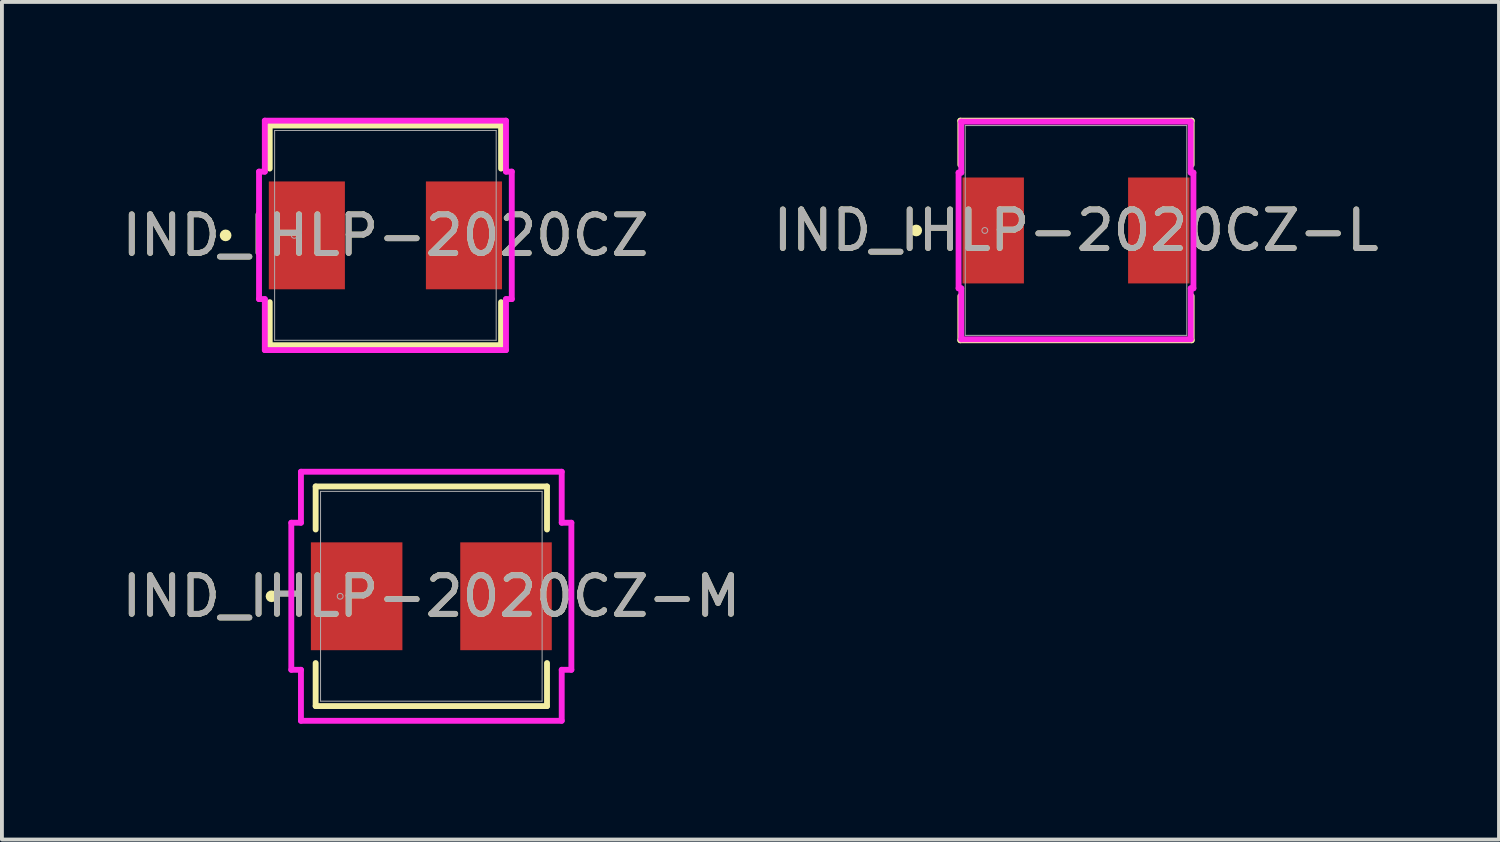
<source format=kicad_pcb>
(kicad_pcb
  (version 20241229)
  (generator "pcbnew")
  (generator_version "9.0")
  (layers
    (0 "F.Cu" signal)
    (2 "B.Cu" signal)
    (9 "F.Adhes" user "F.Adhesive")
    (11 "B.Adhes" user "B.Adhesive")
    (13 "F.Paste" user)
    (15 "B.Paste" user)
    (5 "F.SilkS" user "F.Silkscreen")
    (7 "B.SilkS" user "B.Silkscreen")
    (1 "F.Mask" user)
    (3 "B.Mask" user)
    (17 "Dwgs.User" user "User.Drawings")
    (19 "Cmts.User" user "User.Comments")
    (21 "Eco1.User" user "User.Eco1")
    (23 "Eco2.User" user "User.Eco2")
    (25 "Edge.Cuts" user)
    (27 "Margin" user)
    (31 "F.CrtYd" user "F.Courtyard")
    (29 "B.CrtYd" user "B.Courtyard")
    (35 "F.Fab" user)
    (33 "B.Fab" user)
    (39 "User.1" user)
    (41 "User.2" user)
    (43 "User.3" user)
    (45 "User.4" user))
  (footprint "IND_IHLP-2020CZ-L"
    (layer "F.Cu")
    (at 24.827 2.921)
    (property "Reference" "IND_IHLP-2020CZ-L" (at 0 0 0) (unlocked yes) (layer "F.SilkS") (effects (font (size 1 1) (thickness 0.15))))
    (attr smd)
    (fp_line (start -2.997 -2.845) (end -2.997 -1.7) (stroke (width 0.152) (type solid)) (layer "F.SilkS"))
    (fp_line (start -2.997 1.7) (end -2.997 2.845) (stroke (width 0.152) (type solid)) (layer "F.SilkS"))
    (fp_line (start -2.997 2.845) (end 2.997 2.845) (stroke (width 0.152) (type solid)) (layer "F.SilkS"))
    (fp_line (start 2.997 -2.845) (end -2.997 -2.845) (stroke (width 0.152) (type solid)) (layer "F.SilkS"))
    (fp_line (start 2.997 -1.7) (end 2.997 -2.845) (stroke (width 0.152) (type solid)) (layer "F.SilkS"))
    (fp_line (start 2.997 2.845) (end 2.997 1.7) (stroke (width 0.152) (type solid)) (layer "F.SilkS"))
    (fp_circle (center -4.14 0) (end -4.064 0) (stroke (width 0.152) (type solid)) (fill no) (layer "F.SilkS"))
    (fp_line (start -3.042 -1.499) (end -2.972 -1.499) (stroke (width 0.152) (type solid)) (layer "F.CrtYd"))
    (fp_line (start -3.042 1.499) (end -3.042 -1.499) (stroke (width 0.152) (type solid)) (layer "F.CrtYd"))
    (fp_line (start -2.972 -2.819) (end 2.972 -2.819) (stroke (width 0.152) (type solid)) (layer "F.CrtYd"))
    (fp_line (start -2.972 -1.499) (end -2.972 -2.819) (stroke (width 0.152) (type solid)) (layer "F.CrtYd"))
    (fp_line (start -2.972 1.499) (end -3.042 1.499) (stroke (width 0.152) (type solid)) (layer "F.CrtYd"))
    (fp_line (start -2.972 2.819) (end -2.972 1.499) (stroke (width 0.152) (type solid)) (layer "F.CrtYd"))
    (fp_line (start 2.972 -2.819) (end 2.972 -1.499) (stroke (width 0.152) (type solid)) (layer "F.CrtYd"))
    (fp_line (start 2.972 -1.499) (end 3.042 -1.499) (stroke (width 0.152) (type solid)) (layer "F.CrtYd"))
    (fp_line (start 2.972 1.499) (end 2.972 2.819) (stroke (width 0.152) (type solid)) (layer "F.CrtYd"))
    (fp_line (start 2.972 2.819) (end -2.972 2.819) (stroke (width 0.152) (type solid)) (layer "F.CrtYd"))
    (fp_line (start 3.042 -1.499) (end 3.042 1.499) (stroke (width 0.152) (type solid)) (layer "F.CrtYd"))
    (fp_line (start 3.042 1.499) (end 2.972 1.499) (stroke (width 0.152) (type solid)) (layer "F.CrtYd"))
    (fp_line (start -2.87 -2.718) (end -2.87 2.718) (stroke (width 0.025) (type solid)) (layer "F.Fab"))
    (fp_line (start -2.87 2.718) (end 2.87 2.718) (stroke (width 0.025) (type solid)) (layer "F.Fab"))
    (fp_line (start 2.87 -2.718) (end -2.87 -2.718) (stroke (width 0.025) (type solid)) (layer "F.Fab"))
    (fp_line (start 2.87 2.718) (end 2.87 -2.718) (stroke (width 0.025) (type solid)) (layer "F.Fab"))
    (fp_circle (center -2.362 0) (end -2.286 0) (stroke (width 0.025) (type solid)) (fill no) (layer "F.Fab"))
    (fp_text user "${REFERENCE}" (at 0 0 0) (unlocked yes) (layer "F.Fab") (effects (font (size 1 1) (thickness 0.15))))
    (pad "1" smd rect (at -2.145 0 90) (size 2.744 1.591) (layers "F.Cu" "F.Mask" "F.Paste"))
    (pad "2" smd rect (at 2.145 0 90) (size 2.744 1.591) (layers "F.Cu" "F.Mask" "F.Paste"))
    (zone (net_name "") (layer "F.Cu") (hatch full 0.508) (connect_pads) (min_thickness 0.254) (filled_areas_thickness no) (keepout (tracks not_allowed) (vias not_allowed) (pads allowed) (copperpour not_allowed) (footprints allowed)) (placement (enabled no)) (fill) (polygon (pts (xy 22.008 0.254) (xy 27.647 0.254) (xy 27.647 1.473) (xy 22.008 1.473))))
    (zone (net_name "") (layer "F.Cu") (hatch full 0.508) (connect_pads) (min_thickness 0.254) (filled_areas_thickness no) (keepout (tracks not_allowed) (vias not_allowed) (pads allowed) (copperpour not_allowed) (footprints allowed)) (placement (enabled no)) (fill) (polygon (pts (xy 22.008 4.369) (xy 27.647 4.369) (xy 27.647 5.588) (xy 22.008 5.588))))
    (zone (net_name "") (layer "F.Cu") (hatch full 0.508) (connect_pads) (min_thickness 0.254) (filled_areas_thickness no) (keepout (tracks not_allowed) (vias not_allowed) (pads allowed) (copperpour not_allowed) (footprints allowed)) (placement (enabled no)) (fill) (polygon (pts (xy 23.529 1.473) (xy 26.126 1.473) (xy 26.126 4.369) (xy 23.529 4.369)))))
  (footprint "IND_IHLP-2020CZ-M"
    (layer "F.Cu")
    (at 8.125 12.398)
    (property "Reference" "IND_IHLP-2020CZ-M" (at 0 0 0) (unlocked yes) (layer "F.SilkS") (effects (font (size 1 1) (thickness 0.15))))
    (attr smd)
    (fp_line (start -2.997 -2.845) (end -2.997 -1.73) (stroke (width 0.152) (type solid)) (layer "F.SilkS"))
    (fp_line (start -2.997 1.73) (end -2.997 2.845) (stroke (width 0.152) (type solid)) (layer "F.SilkS"))
    (fp_line (start -2.997 2.845) (end 2.997 2.845) (stroke (width 0.152) (type solid)) (layer "F.SilkS"))
    (fp_line (start 2.997 -2.845) (end -2.997 -2.845) (stroke (width 0.152) (type solid)) (layer "F.SilkS"))
    (fp_line (start 2.997 -1.73) (end 2.997 -2.845) (stroke (width 0.152) (type solid)) (layer "F.SilkS"))
    (fp_line (start 2.997 2.845) (end 2.997 1.73) (stroke (width 0.152) (type solid)) (layer "F.SilkS"))
    (fp_circle (center -4.14 0) (end -4.064 0) (stroke (width 0.152) (type solid)) (fill no) (layer "F.SilkS"))
    (fp_line (start -3.628 -1.905) (end -3.378 -1.905) (stroke (width 0.152) (type solid)) (layer "F.CrtYd"))
    (fp_line (start -3.628 1.905) (end -3.628 -1.905) (stroke (width 0.152) (type solid)) (layer "F.CrtYd"))
    (fp_line (start -3.378 -3.226) (end 3.378 -3.226) (stroke (width 0.152) (type solid)) (layer "F.CrtYd"))
    (fp_line (start -3.378 -1.905) (end -3.378 -3.226) (stroke (width 0.152) (type solid)) (layer "F.CrtYd"))
    (fp_line (start -3.378 1.905) (end -3.628 1.905) (stroke (width 0.152) (type solid)) (layer "F.CrtYd"))
    (fp_line (start -3.378 3.226) (end -3.378 1.905) (stroke (width 0.152) (type solid)) (layer "F.CrtYd"))
    (fp_line (start 3.378 -3.226) (end 3.378 -1.905) (stroke (width 0.152) (type solid)) (layer "F.CrtYd"))
    (fp_line (start 3.378 -1.905) (end 3.628 -1.905) (stroke (width 0.152) (type solid)) (layer "F.CrtYd"))
    (fp_line (start 3.378 1.905) (end 3.378 3.226) (stroke (width 0.152) (type solid)) (layer "F.CrtYd"))
    (fp_line (start 3.378 3.226) (end -3.378 3.226) (stroke (width 0.152) (type solid)) (layer "F.CrtYd"))
    (fp_line (start 3.628 -1.905) (end 3.628 1.905) (stroke (width 0.152) (type solid)) (layer "F.CrtYd"))
    (fp_line (start 3.628 1.905) (end 3.378 1.905) (stroke (width 0.152) (type solid)) (layer "F.CrtYd"))
    (fp_line (start -2.87 -2.718) (end -2.87 2.718) (stroke (width 0.025) (type solid)) (layer "F.Fab"))
    (fp_line (start -2.87 2.718) (end 2.87 2.718) (stroke (width 0.025) (type solid)) (layer "F.Fab"))
    (fp_line (start 2.87 -2.718) (end -2.87 -2.718) (stroke (width 0.025) (type solid)) (layer "F.Fab"))
    (fp_line (start 2.87 2.718) (end 2.87 -2.718) (stroke (width 0.025) (type solid)) (layer "F.Fab"))
    (fp_circle (center -2.362 0) (end -2.286 0) (stroke (width 0.025) (type solid)) (fill no) (layer "F.Fab"))
    (fp_text user "${REFERENCE}" (at 0 0 0) (unlocked yes) (layer "F.Fab") (effects (font (size 1 1) (thickness 0.15))))
    (pad "1" smd rect (at -1.935 0 90) (size 2.794 2.371) (layers "F.Cu" "F.Mask" "F.Paste"))
    (pad "2" smd rect (at 1.935 0 90) (size 2.794 2.371) (layers "F.Cu" "F.Mask" "F.Paste"))
    (zone (net_name "") (layer "F.Cu") (hatch full 0.508) (connect_pads) (min_thickness 0.254) (filled_areas_thickness no) (keepout (tracks not_allowed) (vias not_allowed) (pads allowed) (copperpour not_allowed) (footprints allowed)) (placement (enabled no)) (fill) (polygon (pts (xy 5.306 9.731) (xy 10.944 9.731) (xy 10.944 10.95) (xy 5.306 10.95))))
    (zone (net_name "") (layer "F.Cu") (hatch full 0.508) (connect_pads) (min_thickness 0.254) (filled_areas_thickness no) (keepout (tracks not_allowed) (vias not_allowed) (pads allowed) (copperpour not_allowed) (footprints allowed)) (placement (enabled no)) (fill) (polygon (pts (xy 5.306 13.846) (xy 10.944 13.846) (xy 10.944 15.065) (xy 5.306 15.065))))
    (zone (net_name "") (layer "F.Cu") (hatch full 0.508) (connect_pads) (min_thickness 0.254) (filled_areas_thickness no) (keepout (tracks not_allowed) (vias not_allowed) (pads allowed) (copperpour not_allowed) (footprints allowed)) (placement (enabled no)) (fill) (polygon (pts (xy 7.426 10.95) (xy 8.824 10.95) (xy 8.824 13.846) (xy 7.426 13.846)))))
  (footprint "IND_IHLP-2020CZ"
    (layer "F.Cu")
    (at 6.935 3.048)
    (property "Reference" "IND_IHLP-2020CZ" (at 0 0 0) (unlocked yes) (layer "F.SilkS") (effects (font (size 1 1) (thickness 0.15))))
    (attr smd)
    (fp_line (start -2.997 -2.845) (end -2.997 -1.73) (stroke (width 0.152) (type solid)) (layer "F.SilkS"))
    (fp_line (start -2.997 1.73) (end -2.997 2.845) (stroke (width 0.152) (type solid)) (layer "F.SilkS"))
    (fp_line (start -2.997 2.845) (end 2.997 2.845) (stroke (width 0.152) (type solid)) (layer "F.SilkS"))
    (fp_line (start 2.997 -2.845) (end -2.997 -2.845) (stroke (width 0.152) (type solid)) (layer "F.SilkS"))
    (fp_line (start 2.997 -1.73) (end 2.997 -2.845) (stroke (width 0.152) (type solid)) (layer "F.SilkS"))
    (fp_line (start 2.997 2.845) (end 2.997 1.73) (stroke (width 0.152) (type solid)) (layer "F.SilkS"))
    (fp_circle (center -4.14 0) (end -4.064 0) (stroke (width 0.152) (type solid)) (fill no) (layer "F.SilkS"))
    (fp_line (start -3.274 -1.651) (end -3.124 -1.651) (stroke (width 0.152) (type solid)) (layer "F.CrtYd"))
    (fp_line (start -3.274 1.651) (end -3.274 -1.651) (stroke (width 0.152) (type solid)) (layer "F.CrtYd"))
    (fp_line (start -3.124 -2.972) (end 3.124 -2.972) (stroke (width 0.152) (type solid)) (layer "F.CrtYd"))
    (fp_line (start -3.124 -1.651) (end -3.124 -2.972) (stroke (width 0.152) (type solid)) (layer "F.CrtYd"))
    (fp_line (start -3.124 1.651) (end -3.274 1.651) (stroke (width 0.152) (type solid)) (layer "F.CrtYd"))
    (fp_line (start -3.124 2.972) (end -3.124 1.651) (stroke (width 0.152) (type solid)) (layer "F.CrtYd"))
    (fp_line (start 3.124 -2.972) (end 3.124 -1.651) (stroke (width 0.152) (type solid)) (layer "F.CrtYd"))
    (fp_line (start 3.124 -1.651) (end 3.274 -1.651) (stroke (width 0.152) (type solid)) (layer "F.CrtYd"))
    (fp_line (start 3.124 1.651) (end 3.124 2.972) (stroke (width 0.152) (type solid)) (layer "F.CrtYd"))
    (fp_line (start 3.124 2.972) (end -3.124 2.972) (stroke (width 0.152) (type solid)) (layer "F.CrtYd"))
    (fp_line (start 3.274 -1.651) (end 3.274 1.651) (stroke (width 0.152) (type solid)) (layer "F.CrtYd"))
    (fp_line (start 3.274 1.651) (end 3.124 1.651) (stroke (width 0.152) (type solid)) (layer "F.CrtYd"))
    (fp_line (start -2.87 -2.718) (end -2.87 2.718) (stroke (width 0.025) (type solid)) (layer "F.Fab"))
    (fp_line (start -2.87 2.718) (end 2.87 2.718) (stroke (width 0.025) (type solid)) (layer "F.Fab"))
    (fp_line (start 2.87 -2.718) (end -2.87 -2.718) (stroke (width 0.025) (type solid)) (layer "F.Fab"))
    (fp_line (start 2.87 2.718) (end 2.87 -2.718) (stroke (width 0.025) (type solid)) (layer "F.Fab"))
    (fp_circle (center -2.362 0) (end -2.286 0) (stroke (width 0.025) (type solid)) (fill no) (layer "F.Fab"))
    (fp_text user "${REFERENCE}" (at 0 0 0) (unlocked yes) (layer "F.Fab") (effects (font (size 1 1) (thickness 0.15))))
    (pad "1" smd rect (at -2.035 0 90) (size 2.794 1.971) (layers "F.Cu" "F.Mask" "F.Paste"))
    (pad "2" smd rect (at 2.035 0 90) (size 2.794 1.971) (layers "F.Cu" "F.Mask" "F.Paste"))
    (zone (net_name "") (layer "F.Cu") (hatch full 0.508) (connect_pads) (min_thickness 0.254) (filled_areas_thickness no) (keepout (tracks not_allowed) (vias not_allowed) (pads allowed) (copperpour not_allowed) (footprints allowed)) (placement (enabled no)) (fill) (polygon (pts (xy 4.115 0.381) (xy 9.754 0.381) (xy 9.754 1.6) (xy 4.115 1.6))))
    (zone (net_name "") (layer "F.Cu") (hatch full 0.508) (connect_pads) (min_thickness 0.254) (filled_areas_thickness no) (keepout (tracks not_allowed) (vias not_allowed) (pads allowed) (copperpour not_allowed) (footprints allowed)) (placement (enabled no)) (fill) (polygon (pts (xy 4.115 4.496) (xy 9.754 4.496) (xy 9.754 5.715) (xy 4.115 5.715))))
    (zone (net_name "") (layer "F.Cu") (hatch full 0.508) (connect_pads) (min_thickness 0.254) (filled_areas_thickness no) (keepout (tracks not_allowed) (vias not_allowed) (pads allowed) (copperpour not_allowed) (footprints allowed)) (placement (enabled no)) (fill) (polygon (pts (xy 5.936 1.6) (xy 7.933 1.6) (xy 7.933 4.496) (xy 5.936 4.496)))))
  (gr_rect
    (start -3 -3)
    (end 35.786 18.7)
    (stroke (width 0.1) (type default))
    (fill no)
    (layer "Edge.Cuts")))
</source>
